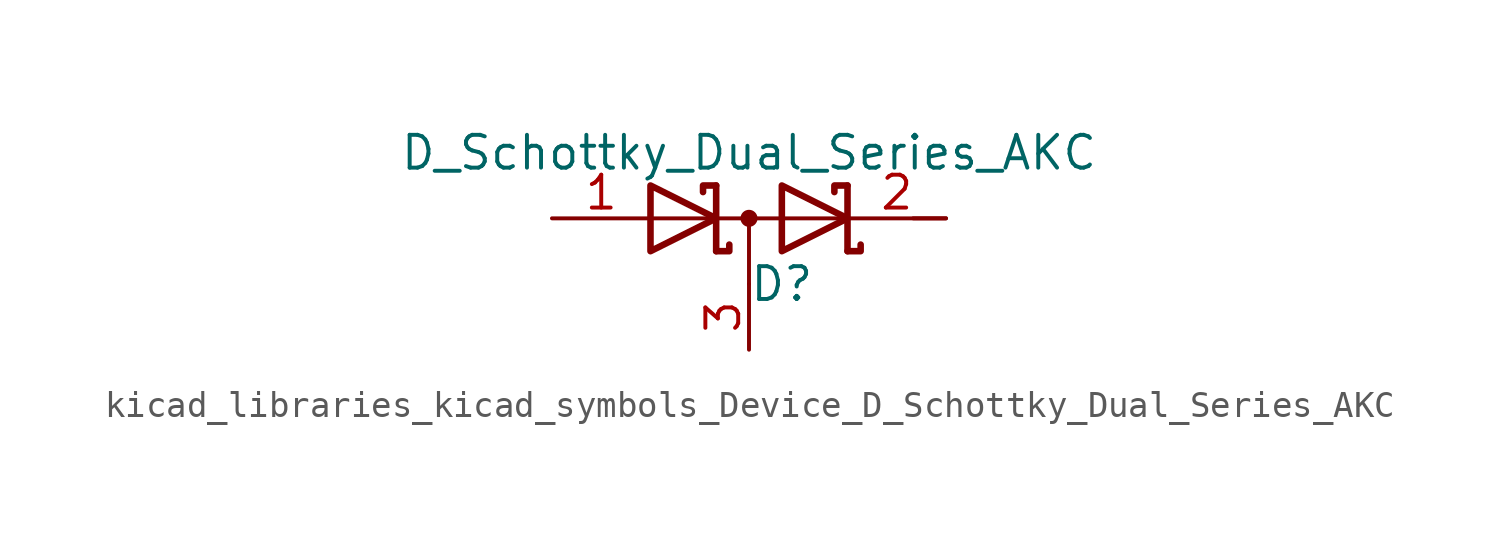
<source format=kicad_sym>
(kicad_symbol_lib
  (version 20220914)
  (generator kicad_symbol_editor)
  (symbol "kicad_libraries_kicad_symbols_Device_D_Schottky_Dual_Series_AKC"
    (pin_names
      (offset 0.762) hide)
    (property "Reference" "D"
      (at 1.27 -2.54 0)
      (effects (font (size 1.27 1.27))))
    (property "Value" "D_Schottky_Dual_Series_AKC"
      (at 0 2.54 0)
      (effects (font (size 1.27 1.27))))
    (symbol "kicad_libraries_kicad_symbols_Device_D_Schottky_Dual_Series_AKC_0_1"
      (polyline (pts (xy -3.81 0) (xy 3.81 0)) (stroke (width 0) (type default)) (fill (type none)))
      (polyline (pts (xy 0 0) (xy 0 -2.54)) (stroke (width 0) (type default)) (fill (type none)))
      (polyline (pts (xy 6.35 0) (xy 7.62 0)) (stroke (width 0) (type default)) (fill (type none)))
      (polyline (pts (xy -1.27 -1.27) (xy -1.27 1.27) (xy -1.27 1.27)) (stroke (width 0.254) (type default)) (fill (type none)))
      (polyline (pts (xy 3.81 1.27) (xy 3.81 -1.27) (xy 3.81 -1.27)) (stroke (width 0.254) (type default)) (fill (type none)))
      (polyline (pts (xy -1.27 -1.27) (xy -0.762 -1.27) (xy -0.762 -1.016) (xy -0.762 -1.016)) (stroke (width 0.254) (type default)) (fill (type none)))
      (polyline (pts (xy 3.81 -1.27) (xy 4.318 -1.27) (xy 4.318 -1.016) (xy 4.318 -1.016)) (stroke (width 0.254) (type default)) (fill (type none)))
      (polyline (pts (xy 3.81 1.27) (xy 3.302 1.27) (xy 3.302 1.016) (xy 3.302 1.016)) (stroke (width 0.254) (type default)) (fill (type none)))
      (polyline (pts (xy -1.778 1.016) (xy -1.778 1.27) (xy -1.27 1.27) (xy -1.27 1.27) (xy -1.27 1.27)) (stroke (width 0.254) (type default)) (fill (type none)))
      (polyline (pts (xy -3.81 1.27) (xy -1.27 0) (xy -3.81 -1.27) (xy -3.81 1.27) (xy -3.81 1.27) (xy -3.81 1.27)) (stroke (width 0.254) (type default)) (fill (type none)))
      (polyline (pts (xy 1.27 1.27) (xy 3.81 0) (xy 1.27 -1.27) (xy 1.27 1.27) (xy 1.27 1.27) (xy 1.27 1.27)) (stroke (width 0.254) (type default)) (fill (type none)))
      (circle (center 0 0) (radius 0.254) (stroke (width 0) (type default)) (fill (type outline)))
      (pin passive line (at -7.62 0 0) (length 3.81) (name "A" (effects (font (size 1.27 1.27)))) (number "1" (effects (font (size 1.27 1.27)))))
      (pin passive line (at 7.62 0 180) (length 3.81) (name "K" (effects (font (size 1.27 1.27)))) (number "2" (effects (font (size 1.27 1.27)))))
      (pin passive line (at 0 -5.08 90) (length 2.54) (name "common" (effects (font (size 1.27 1.27)))) (number "3" (effects (font (size 1.27 1.27))))))))
</source>
